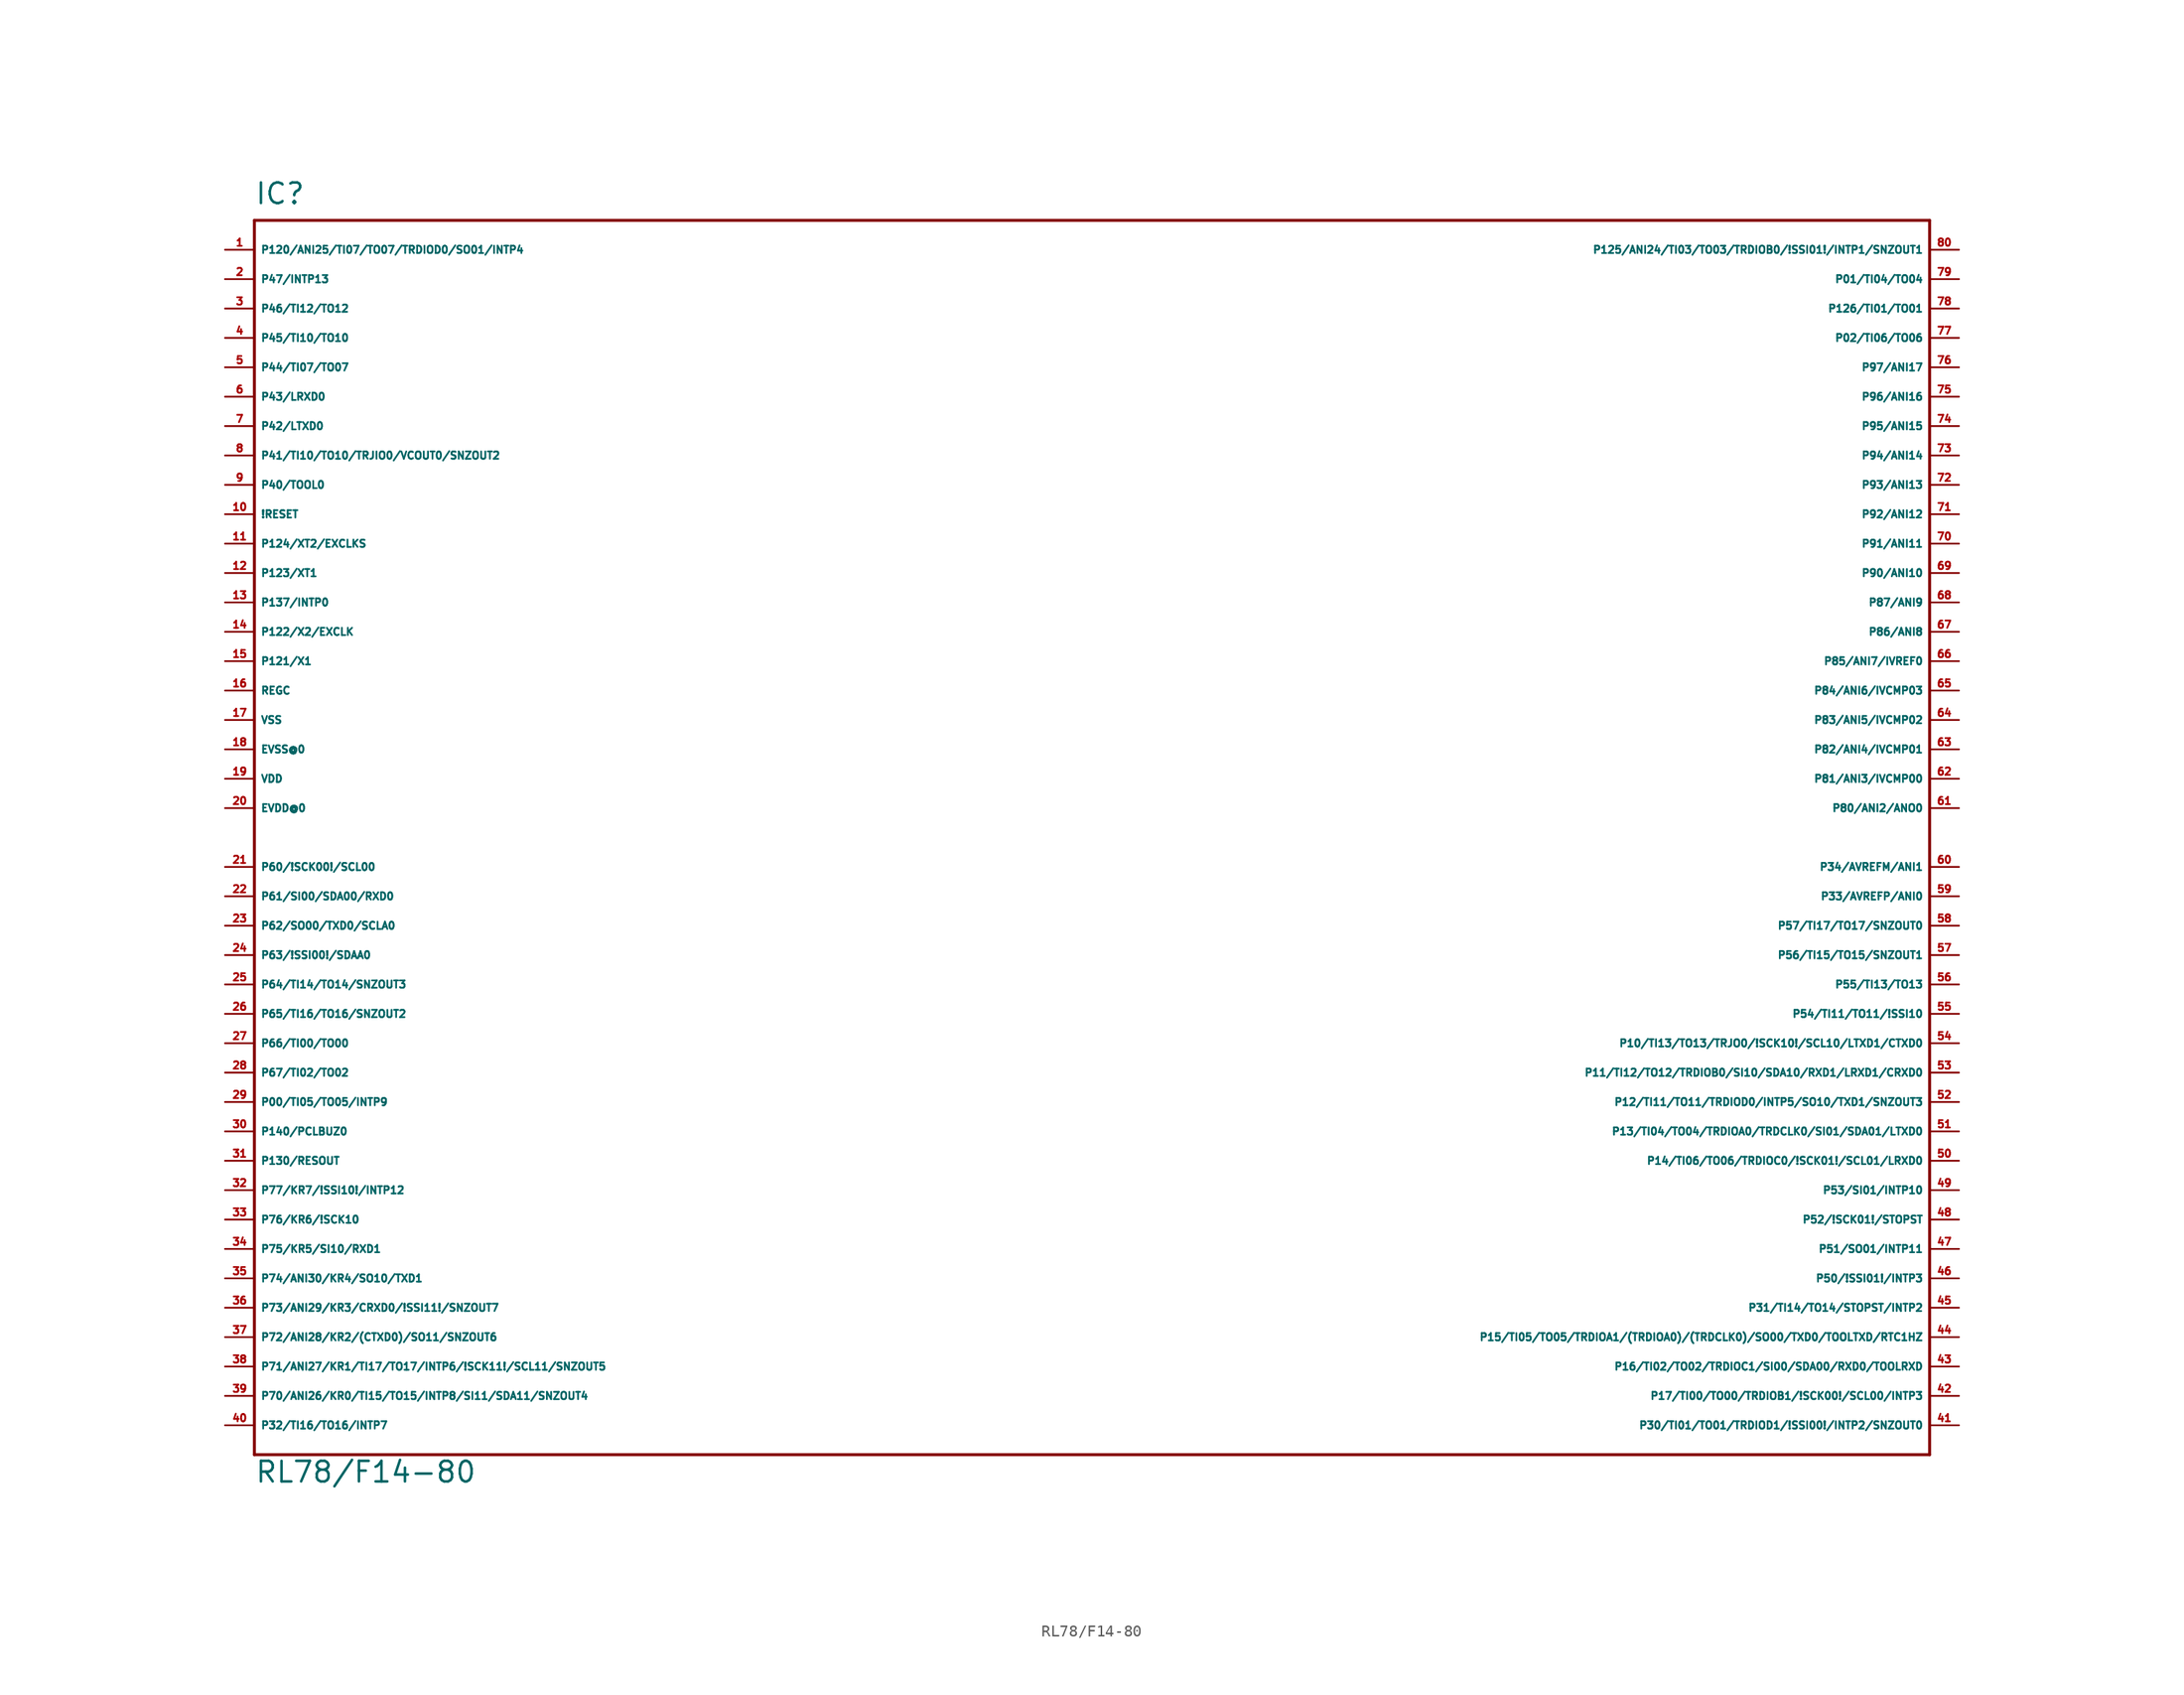
<source format=kicad_sym>
(kicad_symbol_lib
  (version 20220914)
  (generator Eagle2Kicad)
  (symbol "RL78/F14-80"
    (property "Reference" "IC"
      (at -71.12 54.61 0)
      (effects (font (size 1.778 1.778) (thickness 0.22)) (justify left bottom)))
    (property "Value" "RL78/F14-80"
      (at -71.12 -55.88 0)
      (effects (font (size 1.778 1.778) (thickness 0.22)) (justify left bottom)))
    (polyline
      (pts (xy 73.66 53.34) (xy -71.12 53.34))
      (stroke (width 0.254) (type default))
      (fill (type none)))
    (polyline
      (pts (xy -71.12 53.34) (xy -71.12 -53.34))
      (stroke (width 0.254) (type default))
      (fill (type none)))
    (polyline
      (pts (xy -71.12 -53.34) (xy 73.66 -53.34))
      (stroke (width 0.254) (type default))
      (fill (type none)))
    (polyline
      (pts (xy 73.66 -53.34) (xy 73.66 53.34))
      (stroke (width 0.254) (type default))
      (fill (type none)))
    (pin bidirectional line
      (at -73.66 48.26 0)
      (length 2.54)
      (name "P47/INTP13" (effects (font (size 0.635 0.635) (thickness 0.08)) (justify left bottom)))
      (number "2" (effects (font (size 0.635 0.635) (thickness 0.08)) (justify left bottom))))
    (pin bidirectional line
      (at -73.66 45.72 0)
      (length 2.54)
      (name "P46/TI12/TO12" (effects (font (size 0.635 0.635) (thickness 0.08)) (justify left bottom)))
      (number "3" (effects (font (size 0.635 0.635) (thickness 0.08)) (justify left bottom))))
    (pin bidirectional line
      (at -73.66 43.18 0)
      (length 2.54)
      (name "P45/TI10/TO10" (effects (font (size 0.635 0.635) (thickness 0.08)) (justify left bottom)))
      (number "4" (effects (font (size 0.635 0.635) (thickness 0.08)) (justify left bottom))))
    (pin bidirectional line
      (at -73.66 40.64 0)
      (length 2.54)
      (name "P44/TI07/TO07" (effects (font (size 0.635 0.635) (thickness 0.08)) (justify left bottom)))
      (number "5" (effects (font (size 0.635 0.635) (thickness 0.08)) (justify left bottom))))
    (pin bidirectional line
      (at -73.66 38.1 0)
      (length 2.54)
      (name "P43/LRXD0" (effects (font (size 0.635 0.635) (thickness 0.08)) (justify left bottom)))
      (number "6" (effects (font (size 0.635 0.635) (thickness 0.08)) (justify left bottom))))
    (pin bidirectional line
      (at -73.66 35.56 0)
      (length 2.54)
      (name "P42/LTXD0" (effects (font (size 0.635 0.635) (thickness 0.08)) (justify left bottom)))
      (number "7" (effects (font (size 0.635 0.635) (thickness 0.08)) (justify left bottom))))
    (pin bidirectional line
      (at -73.66 33.02 0)
      (length 2.54)
      (name "P41/TI10/TO10/TRJIO0/VCOUT0/SNZOUT2" (effects (font (size 0.635 0.635) (thickness 0.08)) (justify left bottom)))
      (number "8" (effects (font (size 0.635 0.635) (thickness 0.08)) (justify left bottom))))
    (pin bidirectional line
      (at -73.66 30.48 0)
      (length 2.54)
      (name "P40/TOOL0" (effects (font (size 0.635 0.635) (thickness 0.08)) (justify left bottom)))
      (number "9" (effects (font (size 0.635 0.635) (thickness 0.08)) (justify left bottom))))
    (pin input line
      (at -73.66 27.94 0)
      (length 2.54)
      (name "!RESET" (effects (font (size 0.635 0.635) (thickness 0.08)) (justify left bottom)))
      (number "10" (effects (font (size 0.635 0.635) (thickness 0.08)) (justify left bottom))))
    (pin input line
      (at -73.66 25.4 0)
      (length 2.54)
      (name "P124/XT2/EXCLKS" (effects (font (size 0.635 0.635) (thickness 0.08)) (justify left bottom)))
      (number "11" (effects (font (size 0.635 0.635) (thickness 0.08)) (justify left bottom))))
    (pin input line
      (at -73.66 22.86 0)
      (length 2.54)
      (name "P123/XT1" (effects (font (size 0.635 0.635) (thickness 0.08)) (justify left bottom)))
      (number "12" (effects (font (size 0.635 0.635) (thickness 0.08)) (justify left bottom))))
    (pin input line
      (at -73.66 20.32 0)
      (length 2.54)
      (name "P137/INTP0" (effects (font (size 0.635 0.635) (thickness 0.08)) (justify left bottom)))
      (number "13" (effects (font (size 0.635 0.635) (thickness 0.08)) (justify left bottom))))
    (pin input line
      (at -73.66 17.78 0)
      (length 2.54)
      (name "P122/X2/EXCLK" (effects (font (size 0.635 0.635) (thickness 0.08)) (justify left bottom)))
      (number "14" (effects (font (size 0.635 0.635) (thickness 0.08)) (justify left bottom))))
    (pin input line
      (at -73.66 15.24 0)
      (length 2.54)
      (name "P121/X1" (effects (font (size 0.635 0.635) (thickness 0.08)) (justify left bottom)))
      (number "15" (effects (font (size 0.635 0.635) (thickness 0.08)) (justify left bottom))))
    (pin passive line
      (at -73.66 12.7 0)
      (length 2.54)
      (name "REGC" (effects (font (size 0.635 0.635) (thickness 0.08)) (justify left bottom)))
      (number "16" (effects (font (size 0.635 0.635) (thickness 0.08)) (justify left bottom))))
    (pin unspecified line
      (at -73.66 10.16 0)
      (length 2.54)
      (name "VSS" (effects (font (size 0.635 0.635) (thickness 0.08)) (justify left bottom)))
      (number "17" (effects (font (size 0.635 0.635) (thickness 0.08)) (justify left bottom))))
    (pin unspecified line
      (at -73.66 7.62 0)
      (length 2.54)
      (name "EVSS@0" (effects (font (size 0.635 0.635) (thickness 0.08)) (justify left bottom)))
      (number "18" (effects (font (size 0.635 0.635) (thickness 0.08)) (justify left bottom))))
    (pin unspecified line
      (at -73.66 5.08 0)
      (length 2.54)
      (name "VDD" (effects (font (size 0.635 0.635) (thickness 0.08)) (justify left bottom)))
      (number "19" (effects (font (size 0.635 0.635) (thickness 0.08)) (justify left bottom))))
    (pin unspecified line
      (at -73.66 2.54 0)
      (length 2.54)
      (name "EVDD@0" (effects (font (size 0.635 0.635) (thickness 0.08)) (justify left bottom)))
      (number "20" (effects (font (size 0.635 0.635) (thickness 0.08)) (justify left bottom))))
    (pin bidirectional line
      (at -73.66 -2.54 0)
      (length 2.54)
      (name "P60/!SCK00!/SCL00" (effects (font (size 0.635 0.635) (thickness 0.08)) (justify left bottom)))
      (number "21" (effects (font (size 0.635 0.635) (thickness 0.08)) (justify left bottom))))
    (pin bidirectional line
      (at -73.66 -5.08 0)
      (length 2.54)
      (name "P61/SI00/SDA00/RXD0" (effects (font (size 0.635 0.635) (thickness 0.08)) (justify left bottom)))
      (number "22" (effects (font (size 0.635 0.635) (thickness 0.08)) (justify left bottom))))
    (pin bidirectional line
      (at -73.66 -7.62 0)
      (length 2.54)
      (name "P62/SO00/TXD0/SCLA0" (effects (font (size 0.635 0.635) (thickness 0.08)) (justify left bottom)))
      (number "23" (effects (font (size 0.635 0.635) (thickness 0.08)) (justify left bottom))))
    (pin bidirectional line
      (at -73.66 -10.16 0)
      (length 2.54)
      (name "P63/!SSI00!/SDAA0" (effects (font (size 0.635 0.635) (thickness 0.08)) (justify left bottom)))
      (number "24" (effects (font (size 0.635 0.635) (thickness 0.08)) (justify left bottom))))
    (pin bidirectional line
      (at -73.66 -12.7 0)
      (length 2.54)
      (name "P64/TI14/TO14/SNZOUT3" (effects (font (size 0.635 0.635) (thickness 0.08)) (justify left bottom)))
      (number "25" (effects (font (size 0.635 0.635) (thickness 0.08)) (justify left bottom))))
    (pin bidirectional line
      (at -73.66 -15.24 0)
      (length 2.54)
      (name "P65/TI16/TO16/SNZOUT2" (effects (font (size 0.635 0.635) (thickness 0.08)) (justify left bottom)))
      (number "26" (effects (font (size 0.635 0.635) (thickness 0.08)) (justify left bottom))))
    (pin bidirectional line
      (at -73.66 -17.78 0)
      (length 2.54)
      (name "P66/TI00/TO00" (effects (font (size 0.635 0.635) (thickness 0.08)) (justify left bottom)))
      (number "27" (effects (font (size 0.635 0.635) (thickness 0.08)) (justify left bottom))))
    (pin bidirectional line
      (at -73.66 -20.32 0)
      (length 2.54)
      (name "P67/TI02/TO02" (effects (font (size 0.635 0.635) (thickness 0.08)) (justify left bottom)))
      (number "28" (effects (font (size 0.635 0.635) (thickness 0.08)) (justify left bottom))))
    (pin bidirectional line
      (at -73.66 -22.86 0)
      (length 2.54)
      (name "P00/TI05/TO05/INTP9" (effects (font (size 0.635 0.635) (thickness 0.08)) (justify left bottom)))
      (number "29" (effects (font (size 0.635 0.635) (thickness 0.08)) (justify left bottom))))
    (pin bidirectional line
      (at -73.66 -25.4 0)
      (length 2.54)
      (name "P140/PCLBUZ0" (effects (font (size 0.635 0.635) (thickness 0.08)) (justify left bottom)))
      (number "30" (effects (font (size 0.635 0.635) (thickness 0.08)) (justify left bottom))))
    (pin bidirectional line
      (at -73.66 -27.94 0)
      (length 2.54)
      (name "P130/RESOUT" (effects (font (size 0.635 0.635) (thickness 0.08)) (justify left bottom)))
      (number "31" (effects (font (size 0.635 0.635) (thickness 0.08)) (justify left bottom))))
    (pin bidirectional line
      (at -73.66 -30.48 0)
      (length 2.54)
      (name "P77/KR7/!SSI10!/INTP12" (effects (font (size 0.635 0.635) (thickness 0.08)) (justify left bottom)))
      (number "32" (effects (font (size 0.635 0.635) (thickness 0.08)) (justify left bottom))))
    (pin bidirectional line
      (at -73.66 -33.02 0)
      (length 2.54)
      (name "P76/KR6/!SCK10" (effects (font (size 0.635 0.635) (thickness 0.08)) (justify left bottom)))
      (number "33" (effects (font (size 0.635 0.635) (thickness 0.08)) (justify left bottom))))
    (pin bidirectional line
      (at -73.66 -35.56 0)
      (length 2.54)
      (name "P75/KR5/SI10/RXD1" (effects (font (size 0.635 0.635) (thickness 0.08)) (justify left bottom)))
      (number "34" (effects (font (size 0.635 0.635) (thickness 0.08)) (justify left bottom))))
    (pin bidirectional line
      (at -73.66 -38.1 0)
      (length 2.54)
      (name "P74/ANI30/KR4/SO10/TXD1" (effects (font (size 0.635 0.635) (thickness 0.08)) (justify left bottom)))
      (number "35" (effects (font (size 0.635 0.635) (thickness 0.08)) (justify left bottom))))
    (pin bidirectional line
      (at -73.66 -40.64 0)
      (length 2.54)
      (name "P73/ANI29/KR3/CRXD0/!SSI11!/SNZOUT7" (effects (font (size 0.635 0.635) (thickness 0.08)) (justify left bottom)))
      (number "36" (effects (font (size 0.635 0.635) (thickness 0.08)) (justify left bottom))))
    (pin bidirectional line
      (at -73.66 -43.18 0)
      (length 2.54)
      (name "P72/ANI28/KR2/(CTXD0)/SO11/SNZOUT6" (effects (font (size 0.635 0.635) (thickness 0.08)) (justify left bottom)))
      (number "37" (effects (font (size 0.635 0.635) (thickness 0.08)) (justify left bottom))))
    (pin bidirectional line
      (at -73.66 -45.72 0)
      (length 2.54)
      (name "P71/ANI27/KR1/TI17/TO17/INTP6/!SCK11!/SCL11/SNZOUT5" (effects (font (size 0.635 0.635) (thickness 0.08)) (justify left bottom)))
      (number "38" (effects (font (size 0.635 0.635) (thickness 0.08)) (justify left bottom))))
    (pin bidirectional line
      (at -73.66 -48.26 0)
      (length 2.54)
      (name "P70/ANI26/KR0/TI15/TO15/INTP8/SI11/SDA11/SNZOUT4" (effects (font (size 0.635 0.635) (thickness 0.08)) (justify left bottom)))
      (number "39" (effects (font (size 0.635 0.635) (thickness 0.08)) (justify left bottom))))
    (pin bidirectional line
      (at -73.66 -50.8 0)
      (length 2.54)
      (name "P32/TI16/TO16/INTP7" (effects (font (size 0.635 0.635) (thickness 0.08)) (justify left bottom)))
      (number "40" (effects (font (size 0.635 0.635) (thickness 0.08)) (justify left bottom))))
    (pin bidirectional line
      (at 76.2 -50.8 180)
      (length 2.54)
      (name "P30/TI01/TO01/TRDIOD1/!SSI00!/INTP2/SNZOUT0" (effects (font (size 0.635 0.635) (thickness 0.08)) (justify left bottom)))
      (number "41" (effects (font (size 0.635 0.635) (thickness 0.08)) (justify left bottom))))
    (pin bidirectional line
      (at 76.2 -48.26 180)
      (length 2.54)
      (name "P17/TI00/TO00/TRDIOB1/!SCK00!/SCL00/INTP3" (effects (font (size 0.635 0.635) (thickness 0.08)) (justify left bottom)))
      (number "42" (effects (font (size 0.635 0.635) (thickness 0.08)) (justify left bottom))))
    (pin bidirectional line
      (at 76.2 -45.72 180)
      (length 2.54)
      (name "P16/TI02/TO02/TRDIOC1/SI00/SDA00/RXD0/TOOLRXD" (effects (font (size 0.635 0.635) (thickness 0.08)) (justify left bottom)))
      (number "43" (effects (font (size 0.635 0.635) (thickness 0.08)) (justify left bottom))))
    (pin bidirectional line
      (at 76.2 -43.18 180)
      (length 2.54)
      (name "P15/TI05/TO05/TRDIOA1/(TRDIOA0)/(TRDCLK0)/SO00/TXD0/TOOLTXD/RTC1HZ" (effects (font (size 0.635 0.635) (thickness 0.08)) (justify left bottom)))
      (number "44" (effects (font (size 0.635 0.635) (thickness 0.08)) (justify left bottom))))
    (pin bidirectional line
      (at 76.2 -38.1 180)
      (length 2.54)
      (name "P50/!SSI01!/INTP3" (effects (font (size 0.635 0.635) (thickness 0.08)) (justify left bottom)))
      (number "46" (effects (font (size 0.635 0.635) (thickness 0.08)) (justify left bottom))))
    (pin bidirectional line
      (at 76.2 -35.56 180)
      (length 2.54)
      (name "P51/SO01/INTP11" (effects (font (size 0.635 0.635) (thickness 0.08)) (justify left bottom)))
      (number "47" (effects (font (size 0.635 0.635) (thickness 0.08)) (justify left bottom))))
    (pin bidirectional line
      (at 76.2 -33.02 180)
      (length 2.54)
      (name "P52/!SCK01!/STOPST" (effects (font (size 0.635 0.635) (thickness 0.08)) (justify left bottom)))
      (number "48" (effects (font (size 0.635 0.635) (thickness 0.08)) (justify left bottom))))
    (pin bidirectional line
      (at 76.2 -30.48 180)
      (length 2.54)
      (name "P53/SI01/INTP10" (effects (font (size 0.635 0.635) (thickness 0.08)) (justify left bottom)))
      (number "49" (effects (font (size 0.635 0.635) (thickness 0.08)) (justify left bottom))))
    (pin bidirectional line
      (at 76.2 -27.94 180)
      (length 2.54)
      (name "P14/TI06/TO06/TRDIOC0/!SCK01!/SCL01/LRXD0" (effects (font (size 0.635 0.635) (thickness 0.08)) (justify left bottom)))
      (number "50" (effects (font (size 0.635 0.635) (thickness 0.08)) (justify left bottom))))
    (pin bidirectional line
      (at 76.2 -25.4 180)
      (length 2.54)
      (name "P13/TI04/TO04/TRDIOA0/TRDCLK0/SI01/SDA01/LTXD0" (effects (font (size 0.635 0.635) (thickness 0.08)) (justify left bottom)))
      (number "51" (effects (font (size 0.635 0.635) (thickness 0.08)) (justify left bottom))))
    (pin bidirectional line
      (at 76.2 -22.86 180)
      (length 2.54)
      (name "P12/TI11/TO11/TRDIOD0/INTP5/SO10/TXD1/SNZOUT3" (effects (font (size 0.635 0.635) (thickness 0.08)) (justify left bottom)))
      (number "52" (effects (font (size 0.635 0.635) (thickness 0.08)) (justify left bottom))))
    (pin bidirectional line
      (at 76.2 -20.32 180)
      (length 2.54)
      (name "P11/TI12/TO12/TRDIOB0/SI10/SDA10/RXD1/LRXD1/CRXD0" (effects (font (size 0.635 0.635) (thickness 0.08)) (justify left bottom)))
      (number "53" (effects (font (size 0.635 0.635) (thickness 0.08)) (justify left bottom))))
    (pin bidirectional line
      (at 76.2 -17.78 180)
      (length 2.54)
      (name "P10/TI13/TO13/TRJO0/!SCK10!/SCL10/LTXD1/CTXD0" (effects (font (size 0.635 0.635) (thickness 0.08)) (justify left bottom)))
      (number "54" (effects (font (size 0.635 0.635) (thickness 0.08)) (justify left bottom))))
    (pin bidirectional line
      (at 76.2 -15.24 180)
      (length 2.54)
      (name "P54/TI11/TO11/!SSI10" (effects (font (size 0.635 0.635) (thickness 0.08)) (justify left bottom)))
      (number "55" (effects (font (size 0.635 0.635) (thickness 0.08)) (justify left bottom))))
    (pin bidirectional line
      (at 76.2 -12.7 180)
      (length 2.54)
      (name "P55/TI13/TO13" (effects (font (size 0.635 0.635) (thickness 0.08)) (justify left bottom)))
      (number "56" (effects (font (size 0.635 0.635) (thickness 0.08)) (justify left bottom))))
    (pin bidirectional line
      (at 76.2 -10.16 180)
      (length 2.54)
      (name "P56/TI15/TO15/SNZOUT1" (effects (font (size 0.635 0.635) (thickness 0.08)) (justify left bottom)))
      (number "57" (effects (font (size 0.635 0.635) (thickness 0.08)) (justify left bottom))))
    (pin bidirectional line
      (at 76.2 -7.62 180)
      (length 2.54)
      (name "P57/TI17/TO17/SNZOUT0" (effects (font (size 0.635 0.635) (thickness 0.08)) (justify left bottom)))
      (number "58" (effects (font (size 0.635 0.635) (thickness 0.08)) (justify left bottom))))
    (pin bidirectional line
      (at 76.2 -5.08 180)
      (length 2.54)
      (name "P33/AVREFP/ANI0" (effects (font (size 0.635 0.635) (thickness 0.08)) (justify left bottom)))
      (number "59" (effects (font (size 0.635 0.635) (thickness 0.08)) (justify left bottom))))
    (pin bidirectional line
      (at 76.2 -2.54 180)
      (length 2.54)
      (name "P34/AVREFM/ANI1" (effects (font (size 0.635 0.635) (thickness 0.08)) (justify left bottom)))
      (number "60" (effects (font (size 0.635 0.635) (thickness 0.08)) (justify left bottom))))
    (pin bidirectional line
      (at 76.2 2.54 180)
      (length 2.54)
      (name "P80/ANI2/ANO0" (effects (font (size 0.635 0.635) (thickness 0.08)) (justify left bottom)))
      (number "61" (effects (font (size 0.635 0.635) (thickness 0.08)) (justify left bottom))))
    (pin bidirectional line
      (at 76.2 5.08 180)
      (length 2.54)
      (name "P81/ANI3/IVCMP00" (effects (font (size 0.635 0.635) (thickness 0.08)) (justify left bottom)))
      (number "62" (effects (font (size 0.635 0.635) (thickness 0.08)) (justify left bottom))))
    (pin bidirectional line
      (at 76.2 7.62 180)
      (length 2.54)
      (name "P82/ANI4/IVCMP01" (effects (font (size 0.635 0.635) (thickness 0.08)) (justify left bottom)))
      (number "63" (effects (font (size 0.635 0.635) (thickness 0.08)) (justify left bottom))))
    (pin bidirectional line
      (at 76.2 10.16 180)
      (length 2.54)
      (name "P83/ANI5/IVCMP02" (effects (font (size 0.635 0.635) (thickness 0.08)) (justify left bottom)))
      (number "64" (effects (font (size 0.635 0.635) (thickness 0.08)) (justify left bottom))))
    (pin bidirectional line
      (at 76.2 12.7 180)
      (length 2.54)
      (name "P84/ANI6/IVCMP03" (effects (font (size 0.635 0.635) (thickness 0.08)) (justify left bottom)))
      (number "65" (effects (font (size 0.635 0.635) (thickness 0.08)) (justify left bottom))))
    (pin bidirectional line
      (at 76.2 15.24 180)
      (length 2.54)
      (name "P85/ANI7/IVREF0" (effects (font (size 0.635 0.635) (thickness 0.08)) (justify left bottom)))
      (number "66" (effects (font (size 0.635 0.635) (thickness 0.08)) (justify left bottom))))
    (pin bidirectional line
      (at 76.2 17.78 180)
      (length 2.54)
      (name "P86/ANI8" (effects (font (size 0.635 0.635) (thickness 0.08)) (justify left bottom)))
      (number "67" (effects (font (size 0.635 0.635) (thickness 0.08)) (justify left bottom))))
    (pin bidirectional line
      (at 76.2 20.32 180)
      (length 2.54)
      (name "P87/ANI9" (effects (font (size 0.635 0.635) (thickness 0.08)) (justify left bottom)))
      (number "68" (effects (font (size 0.635 0.635) (thickness 0.08)) (justify left bottom))))
    (pin bidirectional line
      (at 76.2 22.86 180)
      (length 2.54)
      (name "P90/ANI10" (effects (font (size 0.635 0.635) (thickness 0.08)) (justify left bottom)))
      (number "69" (effects (font (size 0.635 0.635) (thickness 0.08)) (justify left bottom))))
    (pin bidirectional line
      (at 76.2 25.4 180)
      (length 2.54)
      (name "P91/ANI11" (effects (font (size 0.635 0.635) (thickness 0.08)) (justify left bottom)))
      (number "70" (effects (font (size 0.635 0.635) (thickness 0.08)) (justify left bottom))))
    (pin bidirectional line
      (at 76.2 27.94 180)
      (length 2.54)
      (name "P92/ANI12" (effects (font (size 0.635 0.635) (thickness 0.08)) (justify left bottom)))
      (number "71" (effects (font (size 0.635 0.635) (thickness 0.08)) (justify left bottom))))
    (pin bidirectional line
      (at 76.2 30.48 180)
      (length 2.54)
      (name "P93/ANI13" (effects (font (size 0.635 0.635) (thickness 0.08)) (justify left bottom)))
      (number "72" (effects (font (size 0.635 0.635) (thickness 0.08)) (justify left bottom))))
    (pin bidirectional line
      (at 76.2 33.02 180)
      (length 2.54)
      (name "P94/ANI14" (effects (font (size 0.635 0.635) (thickness 0.08)) (justify left bottom)))
      (number "73" (effects (font (size 0.635 0.635) (thickness 0.08)) (justify left bottom))))
    (pin bidirectional line
      (at 76.2 35.56 180)
      (length 2.54)
      (name "P95/ANI15" (effects (font (size 0.635 0.635) (thickness 0.08)) (justify left bottom)))
      (number "74" (effects (font (size 0.635 0.635) (thickness 0.08)) (justify left bottom))))
    (pin bidirectional line
      (at 76.2 38.1 180)
      (length 2.54)
      (name "P96/ANI16" (effects (font (size 0.635 0.635) (thickness 0.08)) (justify left bottom)))
      (number "75" (effects (font (size 0.635 0.635) (thickness 0.08)) (justify left bottom))))
    (pin bidirectional line
      (at 76.2 40.64 180)
      (length 2.54)
      (name "P97/ANI17" (effects (font (size 0.635 0.635) (thickness 0.08)) (justify left bottom)))
      (number "76" (effects (font (size 0.635 0.635) (thickness 0.08)) (justify left bottom))))
    (pin bidirectional line
      (at 76.2 43.18 180)
      (length 2.54)
      (name "P02/TI06/TO06" (effects (font (size 0.635 0.635) (thickness 0.08)) (justify left bottom)))
      (number "77" (effects (font (size 0.635 0.635) (thickness 0.08)) (justify left bottom))))
    (pin bidirectional line
      (at 76.2 45.72 180)
      (length 2.54)
      (name "P126/TI01/TO01" (effects (font (size 0.635 0.635) (thickness 0.08)) (justify left bottom)))
      (number "78" (effects (font (size 0.635 0.635) (thickness 0.08)) (justify left bottom))))
    (pin bidirectional line
      (at 76.2 50.8 180)
      (length 2.54)
      (name "P125/ANI24/TI03/TO03/TRDIOB0/!SSI01!/INTP1/SNZOUT1" (effects (font (size 0.635 0.635) (thickness 0.08)) (justify left bottom)))
      (number "80" (effects (font (size 0.635 0.635) (thickness 0.08)) (justify left bottom))))
    (pin bidirectional line
      (at -73.66 50.8 0)
      (length 2.54)
      (name "P120/ANI25/TI07/TO07/TRDIOD0/SO01/INTP4" (effects (font (size 0.635 0.635) (thickness 0.08)) (justify left bottom)))
      (number "1" (effects (font (size 0.635 0.635) (thickness 0.08)) (justify left bottom))))
    (pin bidirectional line
      (at 76.2 -40.64 180)
      (length 2.54)
      (name "P31/TI14/TO14/STOPST/INTP2" (effects (font (size 0.635 0.635) (thickness 0.08)) (justify left bottom)))
      (number "45" (effects (font (size 0.635 0.635) (thickness 0.08)) (justify left bottom))))
    (pin bidirectional line
      (at 76.2 48.26 180)
      (length 2.54)
      (name "P01/TI04/TO04" (effects (font (size 0.635 0.635) (thickness 0.08)) (justify left bottom)))
      (number "79" (effects (font (size 0.635 0.635) (thickness 0.08)) (justify left bottom))))))
</source>
